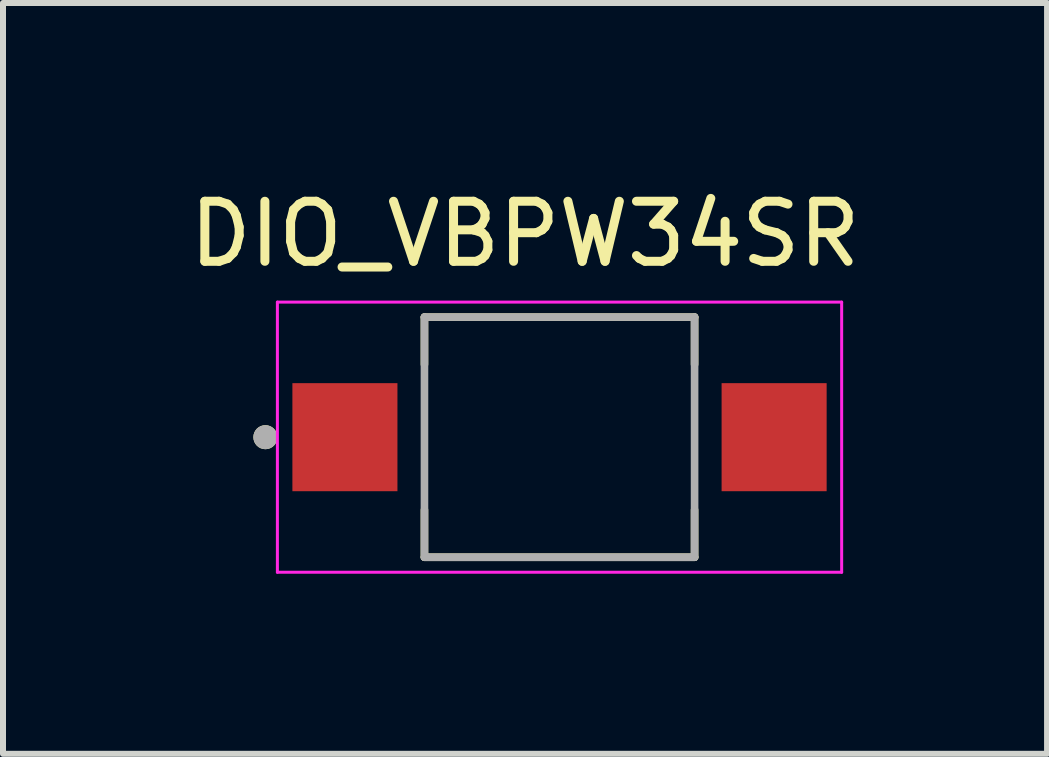
<source format=kicad_pcb>
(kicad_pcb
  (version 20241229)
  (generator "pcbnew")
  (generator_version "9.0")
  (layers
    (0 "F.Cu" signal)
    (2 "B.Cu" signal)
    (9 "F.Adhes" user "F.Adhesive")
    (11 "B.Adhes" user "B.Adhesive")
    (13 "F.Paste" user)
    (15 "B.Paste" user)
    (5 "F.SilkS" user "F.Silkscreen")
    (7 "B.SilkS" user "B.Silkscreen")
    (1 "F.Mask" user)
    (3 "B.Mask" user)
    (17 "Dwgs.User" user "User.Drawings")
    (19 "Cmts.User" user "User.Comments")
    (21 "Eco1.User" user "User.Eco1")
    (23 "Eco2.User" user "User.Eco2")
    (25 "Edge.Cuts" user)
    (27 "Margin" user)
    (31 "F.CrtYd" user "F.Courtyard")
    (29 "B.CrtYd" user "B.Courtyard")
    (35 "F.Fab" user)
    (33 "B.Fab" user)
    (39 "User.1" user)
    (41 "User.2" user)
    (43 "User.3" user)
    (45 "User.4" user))
  (footprint "DIO_VBPW34SR"
    (layer "F.Cu")
    (at 6.271 4.233)
    (property "Reference" "DIO_VBPW34SR" (at -0.575 -3.385 0) (layer "F.SilkS") (effects (font (size 1 1) (thickness 0.15))))
    (attr through_hole)
    (fp_line (start -2.25 -2) (end -2.25 -1.212) (stroke (width 0.127) (type solid)) (layer "F.SilkS"))
    (fp_line (start -2.25 1.212) (end -2.25 2) (stroke (width 0.127) (type solid)) (layer "F.SilkS"))
    (fp_line (start -2.25 2) (end 2.25 2) (stroke (width 0.127) (type solid)) (layer "F.SilkS"))
    (fp_line (start 2.25 -2) (end -2.25 -2) (stroke (width 0.127) (type solid)) (layer "F.SilkS"))
    (fp_line (start 2.25 -1.212) (end 2.25 -2) (stroke (width 0.127) (type solid)) (layer "F.SilkS"))
    (fp_line (start 2.25 2) (end 2.25 1.212) (stroke (width 0.127) (type solid)) (layer "F.SilkS"))
    (fp_circle (center -4.9 0) (end -4.8 0) (stroke (width 0.2) (type solid)) (fill no) (layer "F.SilkS"))
    (fp_line (start -4.7 -2.25) (end 4.7 -2.25) (stroke (width 0.05) (type solid)) (layer "F.CrtYd"))
    (fp_line (start -4.7 2.25) (end -4.7 -2.25) (stroke (width 0.05) (type solid)) (layer "F.CrtYd"))
    (fp_line (start -4.7 2.25) (end 4.7 2.25) (stroke (width 0.05) (type solid)) (layer "F.CrtYd"))
    (fp_line (start 4.7 2.25) (end 4.7 -2.25) (stroke (width 0.05) (type solid)) (layer "F.CrtYd"))
    (fp_line (start -2.25 2) (end -2.25 -2) (stroke (width 0.127) (type solid)) (layer "F.Fab"))
    (fp_line (start 2.25 -2) (end -2.25 -2) (stroke (width 0.127) (type solid)) (layer "F.Fab"))
    (fp_line (start 2.25 2) (end -2.25 2) (stroke (width 0.127) (type solid)) (layer "F.Fab"))
    (fp_line (start 2.25 2) (end 2.25 -2) (stroke (width 0.127) (type solid)) (layer "F.Fab"))
    (fp_circle (center -4.9 0) (end -4.8 0) (stroke (width 0.2) (type solid)) (fill no) (layer "F.Fab"))
    (pad "A" smd rect (at 3.575 0) (size 1.75 1.8) (layers "F.Cu" "F.Mask" "F.Paste"))
    (pad "C" smd rect (at -3.575 0) (size 1.75 1.8) (layers "F.Cu" "F.Mask" "F.Paste")))
  (gr_rect
    (start -3 -3)
    (end 14.393 9.508)
    (stroke (width 0.1) (type default))
    (fill no)
    (layer "Edge.Cuts")))
</source>
